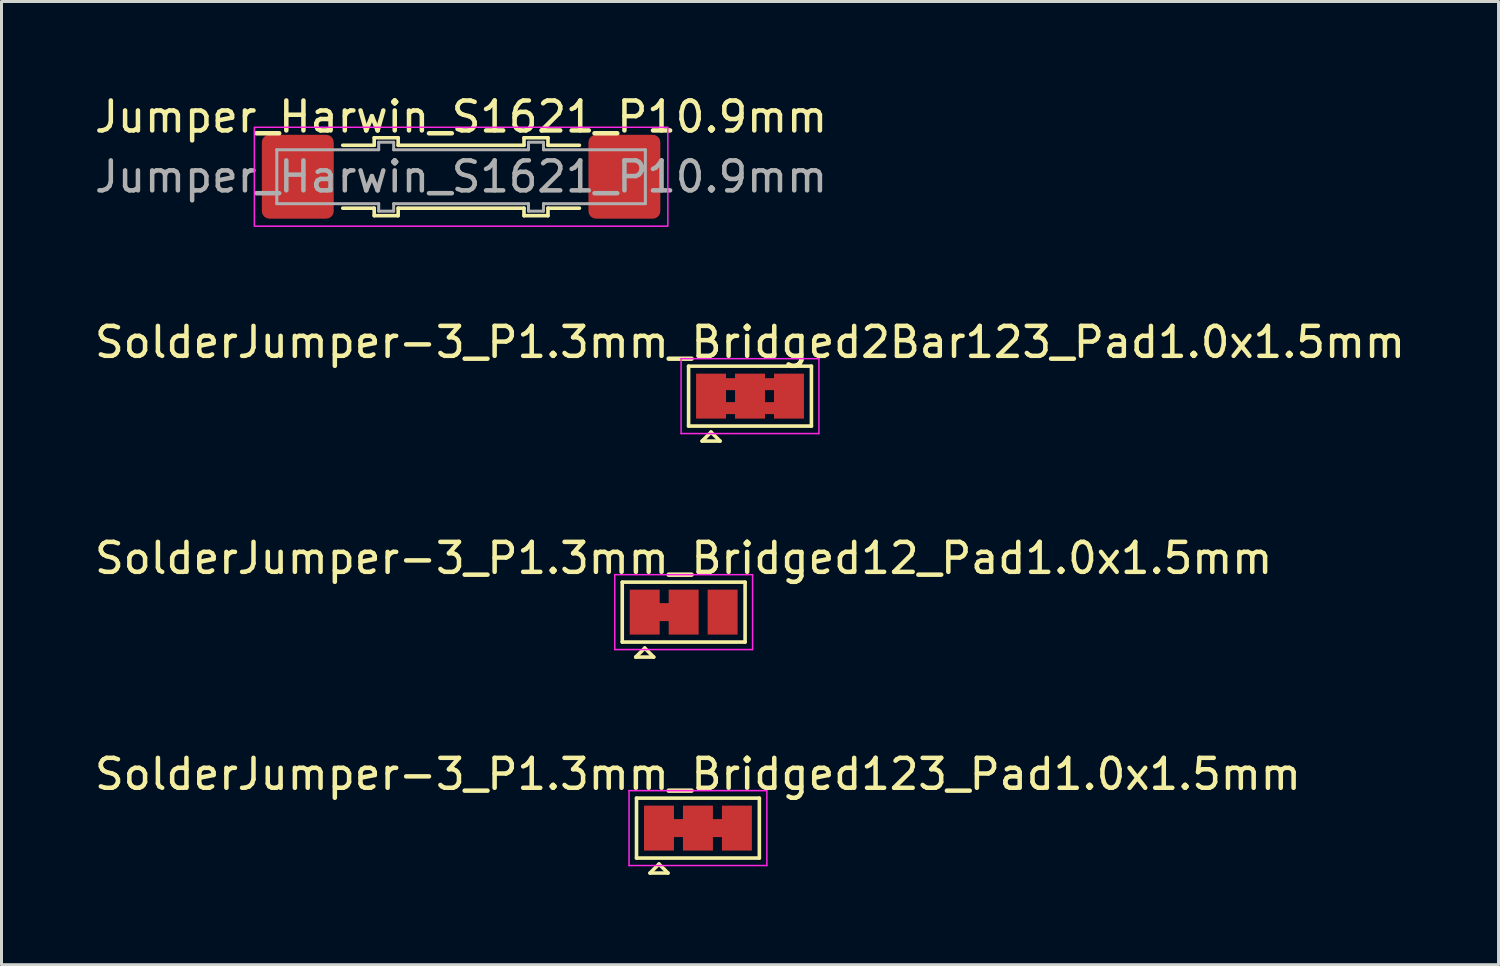
<source format=kicad_pcb>
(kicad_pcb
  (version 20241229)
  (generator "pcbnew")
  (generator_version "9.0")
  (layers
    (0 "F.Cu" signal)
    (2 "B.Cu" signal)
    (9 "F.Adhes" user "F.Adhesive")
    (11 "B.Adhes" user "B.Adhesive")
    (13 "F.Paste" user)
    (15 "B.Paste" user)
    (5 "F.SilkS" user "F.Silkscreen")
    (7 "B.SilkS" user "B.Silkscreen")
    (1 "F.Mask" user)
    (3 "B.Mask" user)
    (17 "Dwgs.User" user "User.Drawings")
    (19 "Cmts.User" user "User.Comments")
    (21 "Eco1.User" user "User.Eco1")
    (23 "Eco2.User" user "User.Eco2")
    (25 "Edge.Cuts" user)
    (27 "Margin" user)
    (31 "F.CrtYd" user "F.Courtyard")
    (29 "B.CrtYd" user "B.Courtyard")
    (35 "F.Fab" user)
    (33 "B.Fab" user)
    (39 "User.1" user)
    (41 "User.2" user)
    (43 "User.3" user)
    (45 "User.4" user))
  (footprint "SolderJumper-3_P1.3mm_Bridged123_Pad1.0x1.5mm"
    (layer "F.Cu")
    (at 20.244 24.588)
    (property "Reference" "SolderJumper-3_P1.3mm_Bridged123_Pad1.0x1.5mm" (at 0 -1.8 0) (layer "F.SilkS") (effects (font (size 1 1) (thickness 0.15))))
    (attr exclude_from_pos_files exclude_from_bom allow_soldermask_bridges)
    (fp_poly (pts (xy -0.9 -0.3) (xy -0.4 -0.3) (xy -0.4 0.3) (xy -0.9 0.3)) (stroke (width 0) (type solid)) (fill yes) (layer "F.Cu"))
    (fp_poly (pts (xy 0.4 -0.3) (xy 0.9 -0.3) (xy 0.9 0.3) (xy 0.4 0.3)) (stroke (width 0) (type solid)) (fill yes) (layer "F.Cu"))
    (fp_rect (start -0.8 -0.75) (end 0.8 0.75) (stroke (width 0) (type default)) (fill yes) (layer "F.Mask"))
    (fp_line (start -2.05 -1) (end 2.05 -1) (stroke (width 0.12) (type solid)) (layer "F.SilkS"))
    (fp_line (start -2.05 1) (end -2.05 -1) (stroke (width 0.12) (type solid)) (layer "F.SilkS"))
    (fp_line (start -1.6 1.5) (end -1 1.5) (stroke (width 0.12) (type solid)) (layer "F.SilkS"))
    (fp_line (start -1.3 1.2) (end -1.6 1.5) (stroke (width 0.12) (type solid)) (layer "F.SilkS"))
    (fp_line (start -1.3 1.2) (end -1 1.5) (stroke (width 0.12) (type solid)) (layer "F.SilkS"))
    (fp_line (start 2.05 -1) (end 2.05 1) (stroke (width 0.12) (type solid)) (layer "F.SilkS"))
    (fp_line (start 2.05 1) (end -2.05 1) (stroke (width 0.12) (type solid)) (layer "F.SilkS"))
    (fp_line (start -2.3 -1.25) (end -2.3 1.25) (stroke (width 0.05) (type solid)) (layer "F.CrtYd"))
    (fp_line (start -2.3 -1.25) (end 2.3 -1.25) (stroke (width 0.05) (type solid)) (layer "F.CrtYd"))
    (fp_line (start 2.3 1.25) (end -2.3 1.25) (stroke (width 0.05) (type solid)) (layer "F.CrtYd"))
    (fp_line (start 2.3 1.25) (end 2.3 -1.25) (stroke (width 0.05) (type solid)) (layer "F.CrtYd"))
    (pad "1" smd rect (at -1.3 0) (size 1 1.5) (layers "F.Cu" "F.Mask"))
    (pad "2" smd rect (at 0 0) (size 1 1.5) (layers "F.Cu" "F.Mask"))
    (pad "3" smd rect (at 1.3 0) (size 1 1.5) (layers "F.Cu" "F.Mask")))
  (footprint "SolderJumper-3_P1.3mm_Bridged12_Pad1.0x1.5mm"
    (layer "F.Cu")
    (at 19.768 17.38)
    (property "Reference" "SolderJumper-3_P1.3mm_Bridged12_Pad1.0x1.5mm" (at 0 -1.8 0) (layer "F.SilkS") (effects (font (size 1 1) (thickness 0.15))))
    (attr exclude_from_pos_files exclude_from_bom allow_soldermask_bridges)
    (fp_poly (pts (xy -0.9 -0.3) (xy -0.4 -0.3) (xy -0.4 0.3) (xy -0.9 0.3)) (stroke (width 0) (type solid)) (fill yes) (layer "F.Cu"))
    (fp_rect (start -0.8 -0.75) (end 0.8 0.75) (stroke (width 0) (type default)) (fill yes) (layer "F.Mask"))
    (fp_line (start -2.05 -1) (end 2.05 -1) (stroke (width 0.12) (type solid)) (layer "F.SilkS"))
    (fp_line (start -2.05 1) (end -2.05 -1) (stroke (width 0.12) (type solid)) (layer "F.SilkS"))
    (fp_line (start -1.6 1.5) (end -1 1.5) (stroke (width 0.12) (type solid)) (layer "F.SilkS"))
    (fp_line (start -1.3 1.2) (end -1.6 1.5) (stroke (width 0.12) (type solid)) (layer "F.SilkS"))
    (fp_line (start -1.3 1.2) (end -1 1.5) (stroke (width 0.12) (type solid)) (layer "F.SilkS"))
    (fp_line (start 2.05 -1) (end 2.05 1) (stroke (width 0.12) (type solid)) (layer "F.SilkS"))
    (fp_line (start 2.05 1) (end -2.05 1) (stroke (width 0.12) (type solid)) (layer "F.SilkS"))
    (fp_line (start -2.3 -1.25) (end -2.3 1.25) (stroke (width 0.05) (type solid)) (layer "F.CrtYd"))
    (fp_line (start -2.3 -1.25) (end 2.3 -1.25) (stroke (width 0.05) (type solid)) (layer "F.CrtYd"))
    (fp_line (start 2.3 1.25) (end -2.3 1.25) (stroke (width 0.05) (type solid)) (layer "F.CrtYd"))
    (fp_line (start 2.3 1.25) (end 2.3 -1.25) (stroke (width 0.05) (type solid)) (layer "F.CrtYd"))
    (pad "1" smd rect (at -1.3 0) (size 1 1.5) (layers "F.Cu" "F.Mask"))
    (pad "2" smd rect (at 0 0) (size 1 1.5) (layers "F.Cu" "F.Mask"))
    (pad "3" smd rect (at 1.3 0) (size 1 1.5) (layers "F.Cu" "F.Mask")))
  (footprint "SolderJumper-3_P1.3mm_Bridged2Bar123_Pad1.0x1.5mm"
    (layer "F.Cu")
    (at 21.982 10.171)
    (property "Reference" "SolderJumper-3_P1.3mm_Bridged2Bar123_Pad1.0x1.5mm" (at 0 -1.8 0) (layer "F.SilkS") (effects (font (size 1 1) (thickness 0.15))))
    (attr exclude_from_pos_files exclude_from_bom allow_soldermask_bridges)
    (fp_poly (pts (xy -0.9 -0.6) (xy -0.4 -0.6) (xy -0.4 -0.2) (xy -0.9 -0.2)) (stroke (width 0) (type solid)) (fill yes) (layer "F.Cu"))
    (fp_poly (pts (xy -0.9 0.2) (xy -0.4 0.2) (xy -0.4 0.6) (xy -0.9 0.6)) (stroke (width 0) (type solid)) (fill yes) (layer "F.Cu"))
    (fp_poly (pts (xy 0.4 -0.6) (xy 0.9 -0.6) (xy 0.9 -0.2) (xy 0.4 -0.2)) (stroke (width 0) (type solid)) (fill yes) (layer "F.Cu"))
    (fp_poly (pts (xy 0.4 0.2) (xy 0.9 0.2) (xy 0.9 0.6) (xy 0.4 0.6)) (stroke (width 0) (type solid)) (fill yes) (layer "F.Cu"))
    (fp_rect (start -0.8 -0.75) (end 0.8 0.75) (stroke (width 0) (type default)) (fill yes) (layer "F.Mask"))
    (fp_line (start -2.05 -1) (end 2.05 -1) (stroke (width 0.12) (type solid)) (layer "F.SilkS"))
    (fp_line (start -2.05 1) (end -2.05 -1) (stroke (width 0.12) (type solid)) (layer "F.SilkS"))
    (fp_line (start -1.6 1.5) (end -1 1.5) (stroke (width 0.12) (type solid)) (layer "F.SilkS"))
    (fp_line (start -1.3 1.2) (end -1.6 1.5) (stroke (width 0.12) (type solid)) (layer "F.SilkS"))
    (fp_line (start -1.3 1.2) (end -1 1.5) (stroke (width 0.12) (type solid)) (layer "F.SilkS"))
    (fp_line (start 2.05 -1) (end 2.05 1) (stroke (width 0.12) (type solid)) (layer "F.SilkS"))
    (fp_line (start 2.05 1) (end -2.05 1) (stroke (width 0.12) (type solid)) (layer "F.SilkS"))
    (fp_line (start -2.3 -1.25) (end -2.3 1.25) (stroke (width 0.05) (type solid)) (layer "F.CrtYd"))
    (fp_line (start -2.3 -1.25) (end 2.3 -1.25) (stroke (width 0.05) (type solid)) (layer "F.CrtYd"))
    (fp_line (start 2.3 1.25) (end -2.3 1.25) (stroke (width 0.05) (type solid)) (layer "F.CrtYd"))
    (fp_line (start 2.3 1.25) (end 2.3 -1.25) (stroke (width 0.05) (type solid)) (layer "F.CrtYd"))
    (pad "1" smd rect (at -1.3 0) (size 1 1.5) (layers "F.Cu" "F.Mask"))
    (pad "2" smd rect (at 0 0) (size 1 1.5) (layers "F.Cu" "F.Mask"))
    (pad "3" smd rect (at 1.3 0) (size 1 1.5) (layers "F.Cu" "F.Mask")))
  (footprint "Jumper_Harwin_S1621_P10.9mm"
    (layer "F.Cu")
    (at 12.339 2.848)
    (property "Reference" "Jumper_Harwin_S1621_P10.9mm" (at 0 -2 0) (layer "F.SilkS") (effects (font (size 1 1) (thickness 0.15))))
    (attr smd)
    (fp_line (start -3.95 -1.05) (end -2.9 -1.05) (stroke (width 0.12) (type default)) (layer "F.SilkS"))
    (fp_line (start -3.95 1.05) (end -2.9 1.05) (stroke (width 0.12) (type default)) (layer "F.SilkS"))
    (fp_line (start -2.9 -1.3) (end -2.1 -1.3) (stroke (width 0.12) (type default)) (layer "F.SilkS"))
    (fp_line (start -2.9 -1.05) (end -2.9 -1.3) (stroke (width 0.12) (type default)) (layer "F.SilkS"))
    (fp_line (start -2.9 1.05) (end -2.9 1.3) (stroke (width 0.12) (type default)) (layer "F.SilkS"))
    (fp_line (start -2.9 1.3) (end -2.1 1.3) (stroke (width 0.12) (type default)) (layer "F.SilkS"))
    (fp_line (start -2.1 -1.3) (end -2.1 -1.05) (stroke (width 0.12) (type default)) (layer "F.SilkS"))
    (fp_line (start -2.1 -1.05) (end 2.1 -1.05) (stroke (width 0.12) (type default)) (layer "F.SilkS"))
    (fp_line (start -2.1 1.3) (end -2.1 1.05) (stroke (width 0.12) (type default)) (layer "F.SilkS"))
    (fp_line (start 2.1 -1.3) (end 2.1 -1.05) (stroke (width 0.12) (type default)) (layer "F.SilkS"))
    (fp_line (start 2.1 1.05) (end -2.1 1.05) (stroke (width 0.12) (type default)) (layer "F.SilkS"))
    (fp_line (start 2.1 1.3) (end 2.1 1.05) (stroke (width 0.12) (type default)) (layer "F.SilkS"))
    (fp_line (start 2.9 -1.3) (end 2.1 -1.3) (stroke (width 0.12) (type default)) (layer "F.SilkS"))
    (fp_line (start 2.9 -1.05) (end 2.9 -1.3) (stroke (width 0.12) (type default)) (layer "F.SilkS"))
    (fp_line (start 2.9 1.05) (end 2.9 1.3) (stroke (width 0.12) (type default)) (layer "F.SilkS"))
    (fp_line (start 2.9 1.3) (end 2.1 1.3) (stroke (width 0.12) (type default)) (layer "F.SilkS"))
    (fp_line (start 3.95 -1.05) (end 2.9 -1.05) (stroke (width 0.12) (type default)) (layer "F.SilkS"))
    (fp_line (start 3.95 1.05) (end 2.9 1.05) (stroke (width 0.12) (type default)) (layer "F.SilkS"))
    (fp_rect (start -6.9 -1.65) (end 6.9 1.65) (stroke (width 0.05) (type default)) (fill no) (layer "F.CrtYd"))
    (fp_line (start -6.15 -0.9) (end -2.75 -0.9) (stroke (width 0.1) (type default)) (layer "F.Fab"))
    (fp_line (start -6.15 0.9) (end -6.15 -0.9) (stroke (width 0.1) (type default)) (layer "F.Fab"))
    (fp_line (start -2.75 -1.15) (end -2.25 -1.15) (stroke (width 0.1) (type default)) (layer "F.Fab"))
    (fp_line (start -2.75 -0.9) (end -2.75 -1.15) (stroke (width 0.1) (type default)) (layer "F.Fab"))
    (fp_line (start -2.75 0.9) (end -6.15 0.9) (stroke (width 0.1) (type default)) (layer "F.Fab"))
    (fp_line (start -2.75 0.9) (end -2.75 1.15) (stroke (width 0.1) (type default)) (layer "F.Fab"))
    (fp_line (start -2.75 1.15) (end -2.25 1.15) (stroke (width 0.1) (type default)) (layer "F.Fab"))
    (fp_line (start -2.25 -1.15) (end -2.25 -0.9) (stroke (width 0.1) (type default)) (layer "F.Fab"))
    (fp_line (start -2.25 -0.9) (end 2.25 -0.9) (stroke (width 0.1) (type default)) (layer "F.Fab"))
    (fp_line (start -2.25 1.15) (end -2.25 0.9) (stroke (width 0.1) (type default)) (layer "F.Fab"))
    (fp_line (start 2.25 -1.15) (end 2.25 -0.9) (stroke (width 0.1) (type default)) (layer "F.Fab"))
    (fp_line (start 2.25 0.9) (end -2.25 0.9) (stroke (width 0.1) (type default)) (layer "F.Fab"))
    (fp_line (start 2.25 1.15) (end 2.25 0.9) (stroke (width 0.1) (type default)) (layer "F.Fab"))
    (fp_line (start 2.75 -1.15) (end 2.25 -1.15) (stroke (width 0.1) (type default)) (layer "F.Fab"))
    (fp_line (start 2.75 -0.9) (end 2.75 -1.15) (stroke (width 0.1) (type default)) (layer "F.Fab"))
    (fp_line (start 2.75 -0.9) (end 6.15 -0.9) (stroke (width 0.1) (type default)) (layer "F.Fab"))
    (fp_line (start 2.75 0.9) (end 2.75 1.15) (stroke (width 0.1) (type default)) (layer "F.Fab"))
    (fp_line (start 2.75 1.15) (end 2.25 1.15) (stroke (width 0.1) (type default)) (layer "F.Fab"))
    (fp_line (start 6.15 -0.9) (end 6.15 0.9) (stroke (width 0.1) (type default)) (layer "F.Fab"))
    (fp_line (start 6.15 0.9) (end 2.75 0.9) (stroke (width 0.1) (type default)) (layer "F.Fab"))
    (fp_text user "${REFERENCE}" (at 0 0 0) (layer "F.Fab") (effects (font (size 1 1) (thickness 0.15))))
    (pad "1" smd roundrect (at -5.45 0) (size 2.4 2.8) (layers "F.Cu" "F.Mask" "F.Paste") (roundrect_rratio 0.104))
    (pad "2" smd roundrect (at 5.45 0) (size 2.4 2.8) (layers "F.Cu" "F.Mask" "F.Paste") (roundrect_rratio 0.104)))
  (gr_rect
    (start -3 -3)
    (end 46.964 29.148)
    (stroke (width 0.1) (type default))
    (fill no)
    (layer "Edge.Cuts")))
</source>
